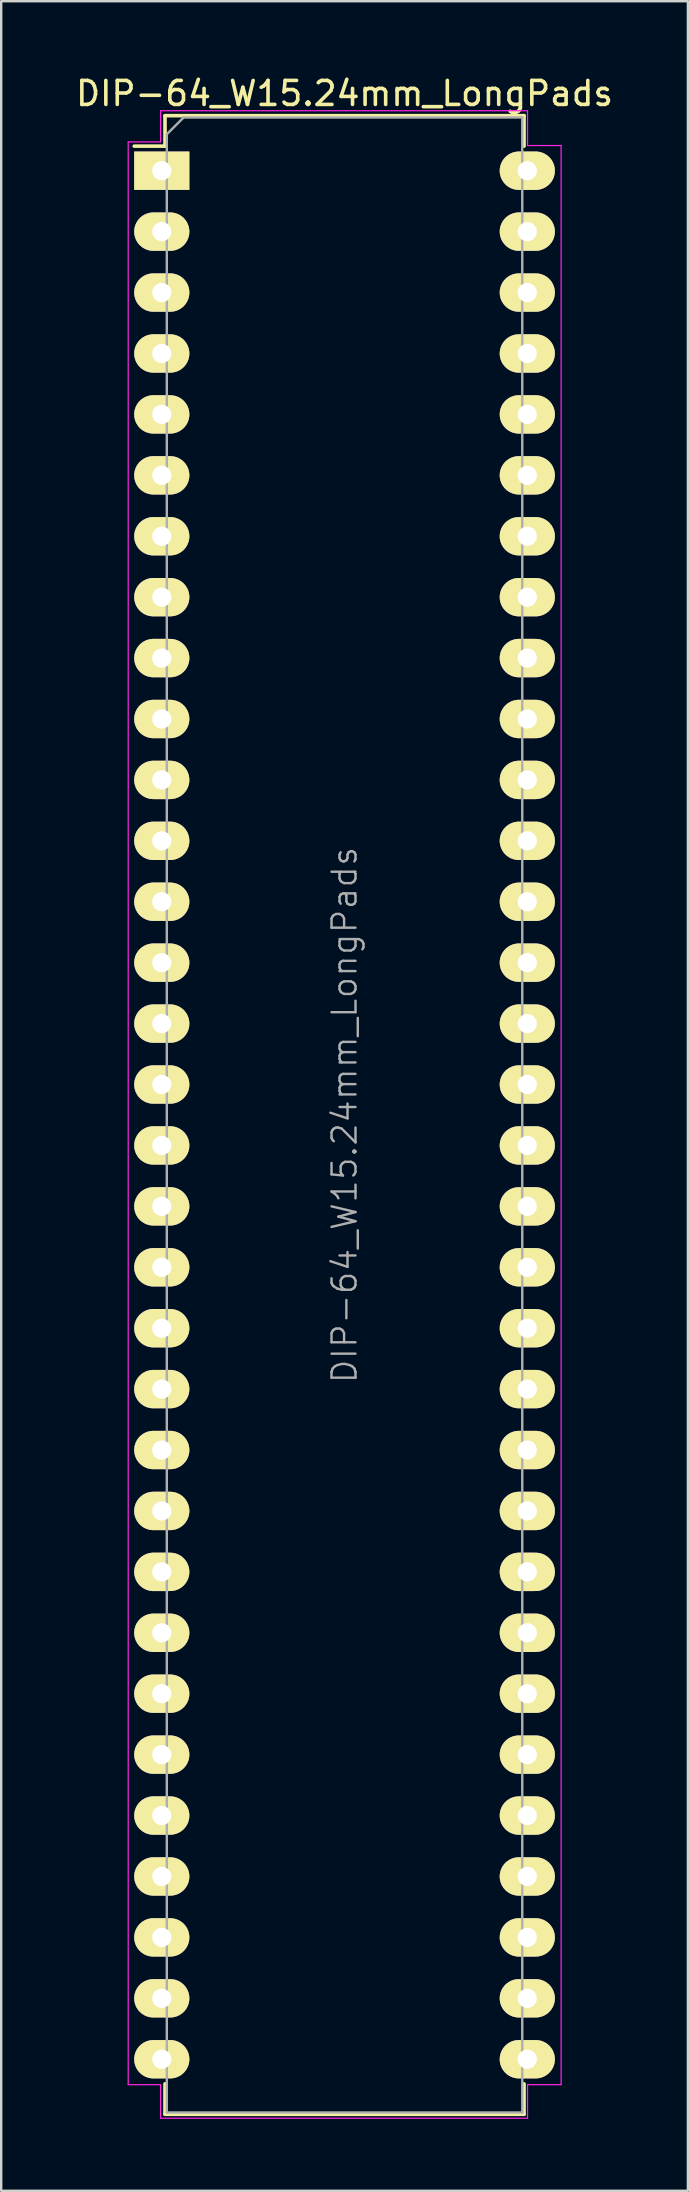
<source format=kicad_pcb>
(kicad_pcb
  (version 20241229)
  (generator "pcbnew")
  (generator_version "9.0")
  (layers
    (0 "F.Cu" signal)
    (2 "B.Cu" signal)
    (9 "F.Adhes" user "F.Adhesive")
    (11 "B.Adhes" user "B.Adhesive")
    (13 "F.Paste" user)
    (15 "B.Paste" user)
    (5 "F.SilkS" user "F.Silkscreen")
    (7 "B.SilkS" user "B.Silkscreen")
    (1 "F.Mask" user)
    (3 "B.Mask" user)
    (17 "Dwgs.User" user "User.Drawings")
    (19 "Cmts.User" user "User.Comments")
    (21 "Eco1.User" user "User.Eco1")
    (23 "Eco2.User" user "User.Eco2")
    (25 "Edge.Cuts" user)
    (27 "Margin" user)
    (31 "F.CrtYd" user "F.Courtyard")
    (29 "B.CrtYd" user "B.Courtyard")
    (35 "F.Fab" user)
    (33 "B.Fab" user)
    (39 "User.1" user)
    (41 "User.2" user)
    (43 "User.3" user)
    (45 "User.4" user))
  (footprint "DIP-64_W15.24mm_LongPads"
    (layer "F.Cu")
    (at 3.695 4.068)
    (property "Reference" "DIP-64_W15.24mm_LongPads" (at 7.62 -3.22 0) (layer "F.SilkS") (effects (font (size 1 1) (thickness 0.15))))
    (attr smd)
    (fp_line (start 0.135 -2.295) (end 0.135 -1.025) (stroke (width 0.15) (type solid)) (layer "F.SilkS"))
    (fp_line (start 0.135 -2.295) (end 15.105 -2.295) (stroke (width 0.15) (type solid)) (layer "F.SilkS"))
    (fp_line (start 0.135 -1.025) (end -1.15 -1.025) (stroke (width 0.15) (type solid)) (layer "F.SilkS"))
    (fp_line (start 0.135 81.035) (end 0.135 79.765) (stroke (width 0.15) (type solid)) (layer "F.SilkS"))
    (fp_line (start 0.135 81.035) (end 15.105 81.035) (stroke (width 0.15) (type solid)) (layer "F.SilkS"))
    (fp_line (start 15.105 -2.295) (end 15.105 -1.025) (stroke (width 0.15) (type solid)) (layer "F.SilkS"))
    (fp_line (start 15.105 81.035) (end 15.105 79.765) (stroke (width 0.15) (type solid)) (layer "F.SilkS"))
    (fp_line (start -1.4 -1.2) (end -1.4 79.8) (stroke (width 0.05) (type solid)) (layer "F.CrtYd"))
    (fp_line (start -1.4 -1.2) (end -0.05 -1.2) (stroke (width 0.05) (type solid)) (layer "F.CrtYd"))
    (fp_line (start -1.4 79.8) (end -0.05 79.8) (stroke (width 0.05) (type solid)) (layer "F.CrtYd"))
    (fp_line (start -0.05 -2.5) (end -0.05 -1.2) (stroke (width 0.05) (type solid)) (layer "F.CrtYd"))
    (fp_line (start -0.05 81.2) (end -0.05 79.8) (stroke (width 0.05) (type solid)) (layer "F.CrtYd"))
    (fp_line (start 15.25 -2.5) (end -0.05 -2.5) (stroke (width 0.05) (type solid)) (layer "F.CrtYd"))
    (fp_line (start 15.25 -2.5) (end 15.25 -1.05) (stroke (width 0.05) (type solid)) (layer "F.CrtYd"))
    (fp_line (start 15.25 81.2) (end -0.05 81.2) (stroke (width 0.05) (type solid)) (layer "F.CrtYd"))
    (fp_line (start 15.25 81.2) (end 15.25 79.8) (stroke (width 0.05) (type solid)) (layer "F.CrtYd"))
    (fp_line (start 16.65 -1.05) (end 15.25 -1.05) (stroke (width 0.05) (type solid)) (layer "F.CrtYd"))
    (fp_line (start 16.65 -1.05) (end 16.65 79.8) (stroke (width 0.05) (type solid)) (layer "F.CrtYd"))
    (fp_line (start 16.65 79.8) (end 15.25 79.8) (stroke (width 0.05) (type solid)) (layer "F.CrtYd"))
    (fp_line (start 0.21 -1.52) (end 0.91 -2.22) (stroke (width 0.1) (type solid)) (layer "F.Fab"))
    (fp_line (start 0.21 80.96) (end 0.21 -1.52) (stroke (width 0.1) (type solid)) (layer "F.Fab"))
    (fp_line (start 15.03 -2.22) (end 0.91 -2.22) (stroke (width 0.1) (type solid)) (layer "F.Fab"))
    (fp_line (start 15.03 80.96) (end 0.21 80.96) (stroke (width 0.1) (type solid)) (layer "F.Fab"))
    (fp_line (start 15.03 80.96) (end 15.03 -2.22) (stroke (width 0.1) (type solid)) (layer "F.Fab"))
    (fp_text user "${REFERENCE}" (at 7.62 39.37 90) (layer "F.Fab") (effects (font (size 1 1) (thickness 0.1))))
    (pad "1" thru_hole rect (at 0 0) (size 2.3 1.6) (drill 0.8) (layers "*.Cu" "*.Mask" "F.SilkS"))
    (pad "2" thru_hole oval (at 0 2.54) (size 2.3 1.6) (drill 0.8) (layers "*.Cu" "*.Mask" "F.SilkS"))
    (pad "3" thru_hole oval (at 0 5.08) (size 2.3 1.6) (drill 0.8) (layers "*.Cu" "*.Mask" "F.SilkS"))
    (pad "4" thru_hole oval (at 0 7.62) (size 2.3 1.6) (drill 0.8) (layers "*.Cu" "*.Mask" "F.SilkS"))
    (pad "5" thru_hole oval (at 0 10.16) (size 2.3 1.6) (drill 0.8) (layers "*.Cu" "*.Mask" "F.SilkS"))
    (pad "6" thru_hole oval (at 0 12.7) (size 2.3 1.6) (drill 0.8) (layers "*.Cu" "*.Mask" "F.SilkS"))
    (pad "7" thru_hole oval (at 0 15.24) (size 2.3 1.6) (drill 0.8) (layers "*.Cu" "*.Mask" "F.SilkS"))
    (pad "8" thru_hole oval (at 0 17.78) (size 2.3 1.6) (drill 0.8) (layers "*.Cu" "*.Mask" "F.SilkS"))
    (pad "9" thru_hole oval (at 0 20.32) (size 2.3 1.6) (drill 0.8) (layers "*.Cu" "*.Mask" "F.SilkS"))
    (pad "10" thru_hole oval (at 0 22.86) (size 2.3 1.6) (drill 0.8) (layers "*.Cu" "*.Mask" "F.SilkS"))
    (pad "11" thru_hole oval (at 0 25.4) (size 2.3 1.6) (drill 0.8) (layers "*.Cu" "*.Mask" "F.SilkS"))
    (pad "12" thru_hole oval (at 0 27.94) (size 2.3 1.6) (drill 0.8) (layers "*.Cu" "*.Mask" "F.SilkS"))
    (pad "13" thru_hole oval (at 0 30.48) (size 2.3 1.6) (drill 0.8) (layers "*.Cu" "*.Mask" "F.SilkS"))
    (pad "14" thru_hole oval (at 0 33.02) (size 2.3 1.6) (drill 0.8) (layers "*.Cu" "*.Mask" "F.SilkS"))
    (pad "15" thru_hole oval (at 0 35.56) (size 2.3 1.6) (drill 0.8) (layers "*.Cu" "*.Mask" "F.SilkS"))
    (pad "16" thru_hole oval (at 0 38.1) (size 2.3 1.6) (drill 0.8) (layers "*.Cu" "*.Mask" "F.SilkS"))
    (pad "17" thru_hole oval (at 0 40.64) (size 2.3 1.6) (drill 0.8) (layers "*.Cu" "*.Mask" "F.SilkS"))
    (pad "18" thru_hole oval (at 0 43.18) (size 2.3 1.6) (drill 0.8) (layers "*.Cu" "*.Mask" "F.SilkS"))
    (pad "19" thru_hole oval (at 0 45.72) (size 2.3 1.6) (drill 0.8) (layers "*.Cu" "*.Mask" "F.SilkS"))
    (pad "20" thru_hole oval (at 0 48.26) (size 2.3 1.6) (drill 0.8) (layers "*.Cu" "*.Mask" "F.SilkS"))
    (pad "21" thru_hole oval (at 0 50.8) (size 2.3 1.6) (drill 0.8) (layers "*.Cu" "*.Mask" "F.SilkS"))
    (pad "22" thru_hole oval (at 0 53.34) (size 2.3 1.6) (drill 0.8) (layers "*.Cu" "*.Mask" "F.SilkS"))
    (pad "23" thru_hole oval (at 0 55.88) (size 2.3 1.6) (drill 0.8) (layers "*.Cu" "*.Mask" "F.SilkS"))
    (pad "24" thru_hole oval (at 0 58.42) (size 2.3 1.6) (drill 0.8) (layers "*.Cu" "*.Mask" "F.SilkS"))
    (pad "25" thru_hole oval (at 0 60.96) (size 2.3 1.6) (drill 0.8) (layers "*.Cu" "*.Mask" "F.SilkS"))
    (pad "26" thru_hole oval (at 0 63.5) (size 2.3 1.6) (drill 0.8) (layers "*.Cu" "*.Mask" "F.SilkS"))
    (pad "27" thru_hole oval (at 0 66.04) (size 2.3 1.6) (drill 0.8) (layers "*.Cu" "*.Mask" "F.SilkS"))
    (pad "28" thru_hole oval (at 0 68.58) (size 2.3 1.6) (drill 0.8) (layers "*.Cu" "*.Mask" "F.SilkS"))
    (pad "29" thru_hole oval (at 0 71.12) (size 2.3 1.6) (drill 0.8) (layers "*.Cu" "*.Mask" "F.SilkS"))
    (pad "30" thru_hole oval (at 0 73.66) (size 2.3 1.6) (drill 0.8) (layers "*.Cu" "*.Mask" "F.SilkS"))
    (pad "31" thru_hole oval (at 0 76.2) (size 2.3 1.6) (drill 0.8) (layers "*.Cu" "*.Mask" "F.SilkS"))
    (pad "32" thru_hole oval (at 0 78.74) (size 2.3 1.6) (drill 0.8) (layers "*.Cu" "*.Mask" "F.SilkS"))
    (pad "33" thru_hole oval (at 15.24 78.74) (size 2.3 1.6) (drill 0.8) (layers "*.Cu" "*.Mask" "F.SilkS"))
    (pad "34" thru_hole oval (at 15.24 76.2) (size 2.3 1.6) (drill 0.8) (layers "*.Cu" "*.Mask" "F.SilkS"))
    (pad "35" thru_hole oval (at 15.24 73.66) (size 2.3 1.6) (drill 0.8) (layers "*.Cu" "*.Mask" "F.SilkS"))
    (pad "36" thru_hole oval (at 15.24 71.12) (size 2.3 1.6) (drill 0.8) (layers "*.Cu" "*.Mask" "F.SilkS"))
    (pad "37" thru_hole oval (at 15.24 68.58) (size 2.3 1.6) (drill 0.8) (layers "*.Cu" "*.Mask" "F.SilkS"))
    (pad "38" thru_hole oval (at 15.24 66.04) (size 2.3 1.6) (drill 0.8) (layers "*.Cu" "*.Mask" "F.SilkS"))
    (pad "39" thru_hole oval (at 15.24 63.5) (size 2.3 1.6) (drill 0.8) (layers "*.Cu" "*.Mask" "F.SilkS"))
    (pad "40" thru_hole oval (at 15.24 60.96) (size 2.3 1.6) (drill 0.8) (layers "*.Cu" "*.Mask" "F.SilkS"))
    (pad "41" thru_hole oval (at 15.24 58.42) (size 2.3 1.6) (drill 0.8) (layers "*.Cu" "*.Mask" "F.SilkS"))
    (pad "42" thru_hole oval (at 15.24 55.88) (size 2.3 1.6) (drill 0.8) (layers "*.Cu" "*.Mask" "F.SilkS"))
    (pad "43" thru_hole oval (at 15.24 53.34) (size 2.3 1.6) (drill 0.8) (layers "*.Cu" "*.Mask" "F.SilkS"))
    (pad "44" thru_hole oval (at 15.24 50.8) (size 2.3 1.6) (drill 0.8) (layers "*.Cu" "*.Mask" "F.SilkS"))
    (pad "45" thru_hole oval (at 15.24 48.26) (size 2.3 1.6) (drill 0.8) (layers "*.Cu" "*.Mask" "F.SilkS"))
    (pad "46" thru_hole oval (at 15.24 45.72) (size 2.3 1.6) (drill 0.8) (layers "*.Cu" "*.Mask" "F.SilkS"))
    (pad "47" thru_hole oval (at 15.24 43.18) (size 2.3 1.6) (drill 0.8) (layers "*.Cu" "*.Mask" "F.SilkS"))
    (pad "48" thru_hole oval (at 15.24 40.64) (size 2.3 1.6) (drill 0.8) (layers "*.Cu" "*.Mask" "F.SilkS"))
    (pad "49" thru_hole oval (at 15.24 38.1) (size 2.3 1.6) (drill 0.8) (layers "*.Cu" "*.Mask" "F.SilkS"))
    (pad "50" thru_hole oval (at 15.24 35.56) (size 2.3 1.6) (drill 0.8) (layers "*.Cu" "*.Mask" "F.SilkS"))
    (pad "51" thru_hole oval (at 15.24 33.02) (size 2.3 1.6) (drill 0.8) (layers "*.Cu" "*.Mask" "F.SilkS"))
    (pad "52" thru_hole oval (at 15.24 30.48) (size 2.3 1.6) (drill 0.8) (layers "*.Cu" "*.Mask" "F.SilkS"))
    (pad "53" thru_hole oval (at 15.24 27.94) (size 2.3 1.6) (drill 0.8) (layers "*.Cu" "*.Mask" "F.SilkS"))
    (pad "54" thru_hole oval (at 15.24 25.4) (size 2.3 1.6) (drill 0.8) (layers "*.Cu" "*.Mask" "F.SilkS"))
    (pad "55" thru_hole oval (at 15.24 22.86) (size 2.3 1.6) (drill 0.8) (layers "*.Cu" "*.Mask" "F.SilkS"))
    (pad "56" thru_hole oval (at 15.24 20.32) (size 2.3 1.6) (drill 0.8) (layers "*.Cu" "*.Mask" "F.SilkS"))
    (pad "57" thru_hole oval (at 15.24 17.78) (size 2.3 1.6) (drill 0.8) (layers "*.Cu" "*.Mask" "F.SilkS"))
    (pad "58" thru_hole oval (at 15.24 15.24) (size 2.3 1.6) (drill 0.8) (layers "*.Cu" "*.Mask" "F.SilkS"))
    (pad "59" thru_hole oval (at 15.24 12.7) (size 2.3 1.6) (drill 0.8) (layers "*.Cu" "*.Mask" "F.SilkS"))
    (pad "60" thru_hole oval (at 15.24 10.16) (size 2.3 1.6) (drill 0.8) (layers "*.Cu" "*.Mask" "F.SilkS"))
    (pad "61" thru_hole oval (at 15.24 7.62) (size 2.3 1.6) (drill 0.8) (layers "*.Cu" "*.Mask" "F.SilkS"))
    (pad "62" thru_hole oval (at 15.24 5.08) (size 2.3 1.6) (drill 0.8) (layers "*.Cu" "*.Mask" "F.SilkS"))
    (pad "63" thru_hole oval (at 15.24 2.54) (size 2.3 1.6) (drill 0.8) (layers "*.Cu" "*.Mask" "F.SilkS"))
    (pad "64" thru_hole oval (at 15.24 0) (size 2.3 1.6) (drill 0.8) (layers "*.Cu" "*.Mask" "F.SilkS")))
  (gr_rect
    (start -3 -3)
    (end 25.631 88.293)
    (stroke (width 0.1) (type default))
    (fill no)
    (layer "Edge.Cuts")))
</source>
